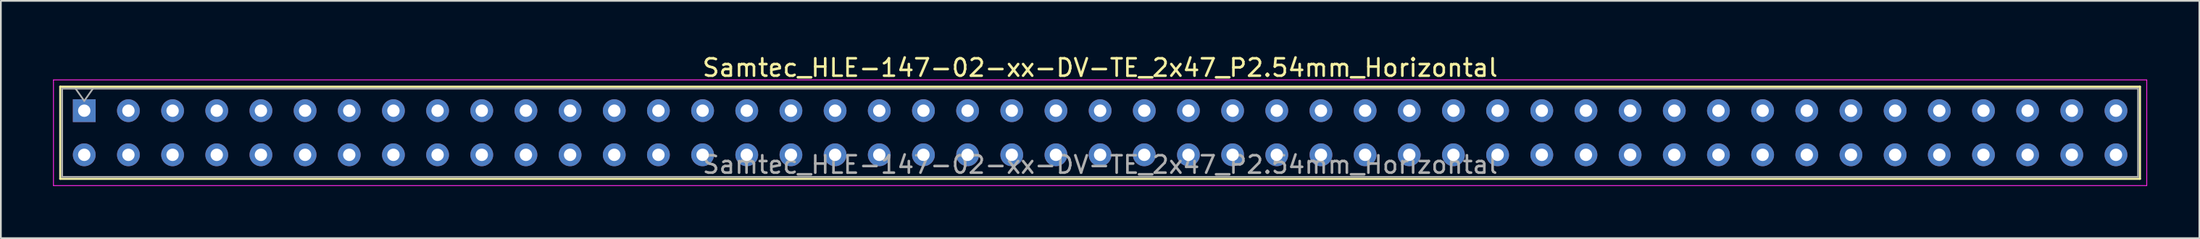
<source format=kicad_pcb>
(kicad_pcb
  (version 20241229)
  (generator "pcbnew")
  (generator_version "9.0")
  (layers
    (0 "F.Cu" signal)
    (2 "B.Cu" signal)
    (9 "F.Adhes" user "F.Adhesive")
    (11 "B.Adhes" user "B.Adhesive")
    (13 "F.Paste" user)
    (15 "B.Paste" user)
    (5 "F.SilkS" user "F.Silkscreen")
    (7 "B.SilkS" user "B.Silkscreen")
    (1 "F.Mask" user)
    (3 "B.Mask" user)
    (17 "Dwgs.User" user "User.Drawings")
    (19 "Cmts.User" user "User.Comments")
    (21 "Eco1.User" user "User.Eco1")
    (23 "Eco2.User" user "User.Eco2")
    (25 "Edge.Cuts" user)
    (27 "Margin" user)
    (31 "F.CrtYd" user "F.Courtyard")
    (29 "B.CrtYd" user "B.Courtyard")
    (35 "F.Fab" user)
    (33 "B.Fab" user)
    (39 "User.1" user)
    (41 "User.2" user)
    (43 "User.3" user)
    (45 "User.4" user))
  (footprint "Samtec_HLE-147-02-xx-DV-TE_2x47_P2.54mm_Horizontal"
    (layer "F.Cu")
    (at 1.795 3.318)
    (property "Reference" "Samtec_HLE-147-02-xx-DV-TE_2x47_P2.54mm_Horizontal" (at 58.42 -2.47 0) (layer "F.SilkS") (effects (font (size 1 1) (thickness 0.15))))
    (attr through_hole)
    (fp_line (start -1.38 -1.38) (end 118.22 -1.38) (stroke (width 0.12) (type solid)) (layer "F.SilkS"))
    (fp_line (start -1.38 3.92) (end -1.38 -1.38) (stroke (width 0.12) (type solid)) (layer "F.SilkS"))
    (fp_line (start 118.22 -1.38) (end 118.22 3.92) (stroke (width 0.12) (type solid)) (layer "F.SilkS"))
    (fp_line (start 118.22 3.92) (end -1.38 3.92) (stroke (width 0.12) (type solid)) (layer "F.SilkS"))
    (fp_line (start -1.77 -1.77) (end 118.61 -1.77) (stroke (width 0.05) (type solid)) (layer "F.CrtYd"))
    (fp_line (start -1.77 4.31) (end -1.77 -1.77) (stroke (width 0.05) (type solid)) (layer "F.CrtYd"))
    (fp_line (start 118.61 -1.77) (end 118.61 4.31) (stroke (width 0.05) (type solid)) (layer "F.CrtYd"))
    (fp_line (start 118.61 4.31) (end -1.77 4.31) (stroke (width 0.05) (type solid)) (layer "F.CrtYd"))
    (fp_line (start -1.27 -1.27) (end 118.11 -1.27) (stroke (width 0.1) (type solid)) (layer "F.Fab"))
    (fp_line (start -1.27 3.81) (end -1.27 -1.27) (stroke (width 0.1) (type solid)) (layer "F.Fab"))
    (fp_line (start -0.5 -1.27) (end 0 -0.563) (stroke (width 0.1) (type solid)) (layer "F.Fab"))
    (fp_line (start 0 -0.563) (end 0.5 -1.27) (stroke (width 0.1) (type solid)) (layer "F.Fab"))
    (fp_line (start 118.11 -1.27) (end 118.11 3.81) (stroke (width 0.1) (type solid)) (layer "F.Fab"))
    (fp_line (start 118.11 3.81) (end -1.27 3.81) (stroke (width 0.1) (type solid)) (layer "F.Fab"))
    (fp_text user "${REFERENCE}" (at 58.42 3.11 0) (layer "F.Fab") (effects (font (size 1 1) (thickness 0.15))))
    (pad "1" thru_hole rect (at 0 0) (size 1.31 1.31) (drill 0.71) (layers "*.Cu" "*.Mask"))
    (pad "2" thru_hole circle (at 0 2.54) (size 1.31 1.31) (drill 0.71) (layers "*.Cu" "*.Mask"))
    (pad "3" thru_hole circle (at 2.54 0) (size 1.31 1.31) (drill 0.71) (layers "*.Cu" "*.Mask"))
    (pad "4" thru_hole circle (at 2.54 2.54) (size 1.31 1.31) (drill 0.71) (layers "*.Cu" "*.Mask"))
    (pad "5" thru_hole circle (at 5.08 0) (size 1.31 1.31) (drill 0.71) (layers "*.Cu" "*.Mask"))
    (pad "6" thru_hole circle (at 5.08 2.54) (size 1.31 1.31) (drill 0.71) (layers "*.Cu" "*.Mask"))
    (pad "7" thru_hole circle (at 7.62 0) (size 1.31 1.31) (drill 0.71) (layers "*.Cu" "*.Mask"))
    (pad "8" thru_hole circle (at 7.62 2.54) (size 1.31 1.31) (drill 0.71) (layers "*.Cu" "*.Mask"))
    (pad "9" thru_hole circle (at 10.16 0) (size 1.31 1.31) (drill 0.71) (layers "*.Cu" "*.Mask"))
    (pad "10" thru_hole circle (at 10.16 2.54) (size 1.31 1.31) (drill 0.71) (layers "*.Cu" "*.Mask"))
    (pad "11" thru_hole circle (at 12.7 0) (size 1.31 1.31) (drill 0.71) (layers "*.Cu" "*.Mask"))
    (pad "12" thru_hole circle (at 12.7 2.54) (size 1.31 1.31) (drill 0.71) (layers "*.Cu" "*.Mask"))
    (pad "13" thru_hole circle (at 15.24 0) (size 1.31 1.31) (drill 0.71) (layers "*.Cu" "*.Mask"))
    (pad "14" thru_hole circle (at 15.24 2.54) (size 1.31 1.31) (drill 0.71) (layers "*.Cu" "*.Mask"))
    (pad "15" thru_hole circle (at 17.78 0) (size 1.31 1.31) (drill 0.71) (layers "*.Cu" "*.Mask"))
    (pad "16" thru_hole circle (at 17.78 2.54) (size 1.31 1.31) (drill 0.71) (layers "*.Cu" "*.Mask"))
    (pad "17" thru_hole circle (at 20.32 0) (size 1.31 1.31) (drill 0.71) (layers "*.Cu" "*.Mask"))
    (pad "18" thru_hole circle (at 20.32 2.54) (size 1.31 1.31) (drill 0.71) (layers "*.Cu" "*.Mask"))
    (pad "19" thru_hole circle (at 22.86 0) (size 1.31 1.31) (drill 0.71) (layers "*.Cu" "*.Mask"))
    (pad "20" thru_hole circle (at 22.86 2.54) (size 1.31 1.31) (drill 0.71) (layers "*.Cu" "*.Mask"))
    (pad "21" thru_hole circle (at 25.4 0) (size 1.31 1.31) (drill 0.71) (layers "*.Cu" "*.Mask"))
    (pad "22" thru_hole circle (at 25.4 2.54) (size 1.31 1.31) (drill 0.71) (layers "*.Cu" "*.Mask"))
    (pad "23" thru_hole circle (at 27.94 0) (size 1.31 1.31) (drill 0.71) (layers "*.Cu" "*.Mask"))
    (pad "24" thru_hole circle (at 27.94 2.54) (size 1.31 1.31) (drill 0.71) (layers "*.Cu" "*.Mask"))
    (pad "25" thru_hole circle (at 30.48 0) (size 1.31 1.31) (drill 0.71) (layers "*.Cu" "*.Mask"))
    (pad "26" thru_hole circle (at 30.48 2.54) (size 1.31 1.31) (drill 0.71) (layers "*.Cu" "*.Mask"))
    (pad "27" thru_hole circle (at 33.02 0) (size 1.31 1.31) (drill 0.71) (layers "*.Cu" "*.Mask"))
    (pad "28" thru_hole circle (at 33.02 2.54) (size 1.31 1.31) (drill 0.71) (layers "*.Cu" "*.Mask"))
    (pad "29" thru_hole circle (at 35.56 0) (size 1.31 1.31) (drill 0.71) (layers "*.Cu" "*.Mask"))
    (pad "30" thru_hole circle (at 35.56 2.54) (size 1.31 1.31) (drill 0.71) (layers "*.Cu" "*.Mask"))
    (pad "31" thru_hole circle (at 38.1 0) (size 1.31 1.31) (drill 0.71) (layers "*.Cu" "*.Mask"))
    (pad "32" thru_hole circle (at 38.1 2.54) (size 1.31 1.31) (drill 0.71) (layers "*.Cu" "*.Mask"))
    (pad "33" thru_hole circle (at 40.64 0) (size 1.31 1.31) (drill 0.71) (layers "*.Cu" "*.Mask"))
    (pad "34" thru_hole circle (at 40.64 2.54) (size 1.31 1.31) (drill 0.71) (layers "*.Cu" "*.Mask"))
    (pad "35" thru_hole circle (at 43.18 0) (size 1.31 1.31) (drill 0.71) (layers "*.Cu" "*.Mask"))
    (pad "36" thru_hole circle (at 43.18 2.54) (size 1.31 1.31) (drill 0.71) (layers "*.Cu" "*.Mask"))
    (pad "37" thru_hole circle (at 45.72 0) (size 1.31 1.31) (drill 0.71) (layers "*.Cu" "*.Mask"))
    (pad "38" thru_hole circle (at 45.72 2.54) (size 1.31 1.31) (drill 0.71) (layers "*.Cu" "*.Mask"))
    (pad "39" thru_hole circle (at 48.26 0) (size 1.31 1.31) (drill 0.71) (layers "*.Cu" "*.Mask"))
    (pad "40" thru_hole circle (at 48.26 2.54) (size 1.31 1.31) (drill 0.71) (layers "*.Cu" "*.Mask"))
    (pad "41" thru_hole circle (at 50.8 0) (size 1.31 1.31) (drill 0.71) (layers "*.Cu" "*.Mask"))
    (pad "42" thru_hole circle (at 50.8 2.54) (size 1.31 1.31) (drill 0.71) (layers "*.Cu" "*.Mask"))
    (pad "43" thru_hole circle (at 53.34 0) (size 1.31 1.31) (drill 0.71) (layers "*.Cu" "*.Mask"))
    (pad "44" thru_hole circle (at 53.34 2.54) (size 1.31 1.31) (drill 0.71) (layers "*.Cu" "*.Mask"))
    (pad "45" thru_hole circle (at 55.88 0) (size 1.31 1.31) (drill 0.71) (layers "*.Cu" "*.Mask"))
    (pad "46" thru_hole circle (at 55.88 2.54) (size 1.31 1.31) (drill 0.71) (layers "*.Cu" "*.Mask"))
    (pad "47" thru_hole circle (at 58.42 0) (size 1.31 1.31) (drill 0.71) (layers "*.Cu" "*.Mask"))
    (pad "48" thru_hole circle (at 58.42 2.54) (size 1.31 1.31) (drill 0.71) (layers "*.Cu" "*.Mask"))
    (pad "49" thru_hole circle (at 60.96 0) (size 1.31 1.31) (drill 0.71) (layers "*.Cu" "*.Mask"))
    (pad "50" thru_hole circle (at 60.96 2.54) (size 1.31 1.31) (drill 0.71) (layers "*.Cu" "*.Mask"))
    (pad "51" thru_hole circle (at 63.5 0) (size 1.31 1.31) (drill 0.71) (layers "*.Cu" "*.Mask"))
    (pad "52" thru_hole circle (at 63.5 2.54) (size 1.31 1.31) (drill 0.71) (layers "*.Cu" "*.Mask"))
    (pad "53" thru_hole circle (at 66.04 0) (size 1.31 1.31) (drill 0.71) (layers "*.Cu" "*.Mask"))
    (pad "54" thru_hole circle (at 66.04 2.54) (size 1.31 1.31) (drill 0.71) (layers "*.Cu" "*.Mask"))
    (pad "55" thru_hole circle (at 68.58 0) (size 1.31 1.31) (drill 0.71) (layers "*.Cu" "*.Mask"))
    (pad "56" thru_hole circle (at 68.58 2.54) (size 1.31 1.31) (drill 0.71) (layers "*.Cu" "*.Mask"))
    (pad "57" thru_hole circle (at 71.12 0) (size 1.31 1.31) (drill 0.71) (layers "*.Cu" "*.Mask"))
    (pad "58" thru_hole circle (at 71.12 2.54) (size 1.31 1.31) (drill 0.71) (layers "*.Cu" "*.Mask"))
    (pad "59" thru_hole circle (at 73.66 0) (size 1.31 1.31) (drill 0.71) (layers "*.Cu" "*.Mask"))
    (pad "60" thru_hole circle (at 73.66 2.54) (size 1.31 1.31) (drill 0.71) (layers "*.Cu" "*.Mask"))
    (pad "61" thru_hole circle (at 76.2 0) (size 1.31 1.31) (drill 0.71) (layers "*.Cu" "*.Mask"))
    (pad "62" thru_hole circle (at 76.2 2.54) (size 1.31 1.31) (drill 0.71) (layers "*.Cu" "*.Mask"))
    (pad "63" thru_hole circle (at 78.74 0) (size 1.31 1.31) (drill 0.71) (layers "*.Cu" "*.Mask"))
    (pad "64" thru_hole circle (at 78.74 2.54) (size 1.31 1.31) (drill 0.71) (layers "*.Cu" "*.Mask"))
    (pad "65" thru_hole circle (at 81.28 0) (size 1.31 1.31) (drill 0.71) (layers "*.Cu" "*.Mask"))
    (pad "66" thru_hole circle (at 81.28 2.54) (size 1.31 1.31) (drill 0.71) (layers "*.Cu" "*.Mask"))
    (pad "67" thru_hole circle (at 83.82 0) (size 1.31 1.31) (drill 0.71) (layers "*.Cu" "*.Mask"))
    (pad "68" thru_hole circle (at 83.82 2.54) (size 1.31 1.31) (drill 0.71) (layers "*.Cu" "*.Mask"))
    (pad "69" thru_hole circle (at 86.36 0) (size 1.31 1.31) (drill 0.71) (layers "*.Cu" "*.Mask"))
    (pad "70" thru_hole circle (at 86.36 2.54) (size 1.31 1.31) (drill 0.71) (layers "*.Cu" "*.Mask"))
    (pad "71" thru_hole circle (at 88.9 0) (size 1.31 1.31) (drill 0.71) (layers "*.Cu" "*.Mask"))
    (pad "72" thru_hole circle (at 88.9 2.54) (size 1.31 1.31) (drill 0.71) (layers "*.Cu" "*.Mask"))
    (pad "73" thru_hole circle (at 91.44 0) (size 1.31 1.31) (drill 0.71) (layers "*.Cu" "*.Mask"))
    (pad "74" thru_hole circle (at 91.44 2.54) (size 1.31 1.31) (drill 0.71) (layers "*.Cu" "*.Mask"))
    (pad "75" thru_hole circle (at 93.98 0) (size 1.31 1.31) (drill 0.71) (layers "*.Cu" "*.Mask"))
    (pad "76" thru_hole circle (at 93.98 2.54) (size 1.31 1.31) (drill 0.71) (layers "*.Cu" "*.Mask"))
    (pad "77" thru_hole circle (at 96.52 0) (size 1.31 1.31) (drill 0.71) (layers "*.Cu" "*.Mask"))
    (pad "78" thru_hole circle (at 96.52 2.54) (size 1.31 1.31) (drill 0.71) (layers "*.Cu" "*.Mask"))
    (pad "79" thru_hole circle (at 99.06 0) (size 1.31 1.31) (drill 0.71) (layers "*.Cu" "*.Mask"))
    (pad "80" thru_hole circle (at 99.06 2.54) (size 1.31 1.31) (drill 0.71) (layers "*.Cu" "*.Mask"))
    (pad "81" thru_hole circle (at 101.6 0) (size 1.31 1.31) (drill 0.71) (layers "*.Cu" "*.Mask"))
    (pad "82" thru_hole circle (at 101.6 2.54) (size 1.31 1.31) (drill 0.71) (layers "*.Cu" "*.Mask"))
    (pad "83" thru_hole circle (at 104.14 0) (size 1.31 1.31) (drill 0.71) (layers "*.Cu" "*.Mask"))
    (pad "84" thru_hole circle (at 104.14 2.54) (size 1.31 1.31) (drill 0.71) (layers "*.Cu" "*.Mask"))
    (pad "85" thru_hole circle (at 106.68 0) (size 1.31 1.31) (drill 0.71) (layers "*.Cu" "*.Mask"))
    (pad "86" thru_hole circle (at 106.68 2.54) (size 1.31 1.31) (drill 0.71) (layers "*.Cu" "*.Mask"))
    (pad "87" thru_hole circle (at 109.22 0) (size 1.31 1.31) (drill 0.71) (layers "*.Cu" "*.Mask"))
    (pad "88" thru_hole circle (at 109.22 2.54) (size 1.31 1.31) (drill 0.71) (layers "*.Cu" "*.Mask"))
    (pad "89" thru_hole circle (at 111.76 0) (size 1.31 1.31) (drill 0.71) (layers "*.Cu" "*.Mask"))
    (pad "90" thru_hole circle (at 111.76 2.54) (size 1.31 1.31) (drill 0.71) (layers "*.Cu" "*.Mask"))
    (pad "91" thru_hole circle (at 114.3 0) (size 1.31 1.31) (drill 0.71) (layers "*.Cu" "*.Mask"))
    (pad "92" thru_hole circle (at 114.3 2.54) (size 1.31 1.31) (drill 0.71) (layers "*.Cu" "*.Mask"))
    (pad "93" thru_hole circle (at 116.84 0) (size 1.31 1.31) (drill 0.71) (layers "*.Cu" "*.Mask"))
    (pad "94" thru_hole circle (at 116.84 2.54) (size 1.31 1.31) (drill 0.71) (layers "*.Cu" "*.Mask")))
  (gr_rect
    (start -3 -3)
    (end 123.43 10.653)
    (stroke (width 0.1) (type default))
    (fill no)
    (layer "Edge.Cuts")))
</source>
